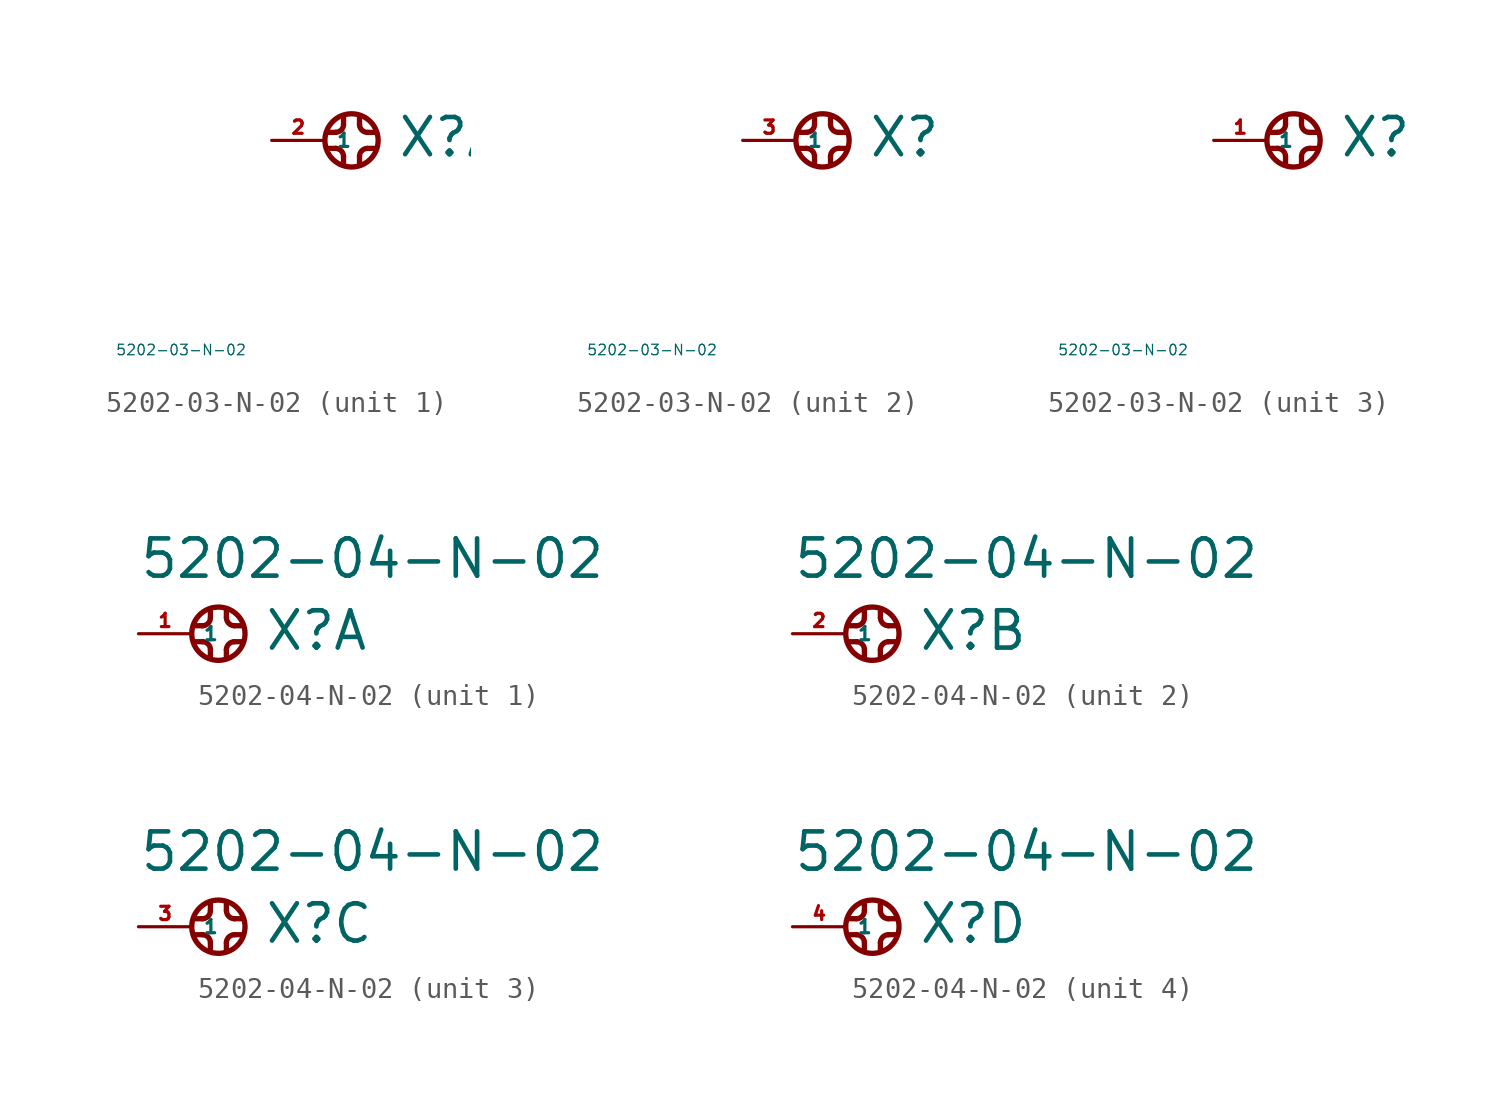
<source format=kicad_sym>
(kicad_symbol_lib
  (version 20220914)
  (generator Eagle2Kicad)
  (symbol "5202-03-N-02"
    (property "Reference" "X"
      (at 3.429 -0.889 0)
      (effects (font (size 1.778 1.778) (thickness 0.22)) (justify left bottom)))
    (property "Value" "5202-03-N-02"
      (at -10 -10 0)
      (effects (font (size 0.5 0.5) (thickness 0.06)) (justify left)))
    (symbol "5202-03-N-02_1_0"
      (polyline (pts (xy 0.889 1.143) (xy 0.889 0.762)) (stroke (width 0.254) (type default)) (fill (type none)))
      (arc (start 0.508 0.381) (mid 0.777 0.493) (end 0.889 0.762) (stroke (width 0.254) (type default)) (fill (type none)))
      (polyline (pts (xy 0.508 0.381) (xy 0.127 0.381)) (stroke (width 0.254) (type default)) (fill (type none)))
      (polyline (pts (xy 0.127 -0.381) (xy 0.508 -0.381)) (stroke (width 0.254) (type default)) (fill (type none)))
      (arc (start 0.889 -0.762) (mid 0.777 -0.493) (end 0.508 -0.381) (stroke (width 0.254) (type default)) (fill (type none)))
      (polyline (pts (xy 0.889 -0.762) (xy 0.889 -1.143)) (stroke (width 0.254) (type default)) (fill (type none)))
      (polyline (pts (xy 1.651 -1.143) (xy 1.651 -0.762)) (stroke (width 0.254) (type default)) (fill (type none)))
      (arc (start 2.032 -0.381) (mid 1.763 -0.493) (end 1.651 -0.762) (stroke (width 0.254) (type default)) (fill (type none)))
      (polyline (pts (xy 2.032 -0.381) (xy 2.413 -0.381)) (stroke (width 0.254) (type default)) (fill (type none)))
      (polyline (pts (xy 2.413 0.381) (xy 2.032 0.381)) (stroke (width 0.254) (type default)) (fill (type none)))
      (arc (start 1.651 0.762) (mid 1.763 0.493) (end 2.032 0.381) (stroke (width 0.254) (type default)) (fill (type none)))
      (polyline (pts (xy 1.651 0.762) (xy 1.651 1.143)) (stroke (width 0.254) (type default)) (fill (type none)))
      (circle (center 1.27 0) (radius 1.27) (stroke (width 0.254) (type default)) (fill (type none)))
      (pin passive line (at -2.54 0 0) (length 2.54) (name "1" (effects (font (size 0.635 0.635) (thickness 0.08)) (justify left bottom))) (number "2" (effects (font (size 0.635 0.635) (thickness 0.08)) (justify left bottom)))))
    (symbol "5202-03-N-02_2_0"
      (polyline (pts (xy 0.889 1.143) (xy 0.889 0.762)) (stroke (width 0.254) (type default)) (fill (type none)))
      (arc (start 0.508 0.381) (mid 0.777 0.493) (end 0.889 0.762) (stroke (width 0.254) (type default)) (fill (type none)))
      (polyline (pts (xy 0.508 0.381) (xy 0.127 0.381)) (stroke (width 0.254) (type default)) (fill (type none)))
      (polyline (pts (xy 0.127 -0.381) (xy 0.508 -0.381)) (stroke (width 0.254) (type default)) (fill (type none)))
      (arc (start 0.889 -0.762) (mid 0.777 -0.493) (end 0.508 -0.381) (stroke (width 0.254) (type default)) (fill (type none)))
      (polyline (pts (xy 0.889 -0.762) (xy 0.889 -1.143)) (stroke (width 0.254) (type default)) (fill (type none)))
      (polyline (pts (xy 1.651 -1.143) (xy 1.651 -0.762)) (stroke (width 0.254) (type default)) (fill (type none)))
      (arc (start 2.032 -0.381) (mid 1.763 -0.493) (end 1.651 -0.762) (stroke (width 0.254) (type default)) (fill (type none)))
      (polyline (pts (xy 2.032 -0.381) (xy 2.413 -0.381)) (stroke (width 0.254) (type default)) (fill (type none)))
      (polyline (pts (xy 2.413 0.381) (xy 2.032 0.381)) (stroke (width 0.254) (type default)) (fill (type none)))
      (arc (start 1.651 0.762) (mid 1.763 0.493) (end 2.032 0.381) (stroke (width 0.254) (type default)) (fill (type none)))
      (polyline (pts (xy 1.651 0.762) (xy 1.651 1.143)) (stroke (width 0.254) (type default)) (fill (type none)))
      (circle (center 1.27 0) (radius 1.27) (stroke (width 0.254) (type default)) (fill (type none)))
      (pin passive line (at -2.54 0 0) (length 2.54) (name "1" (effects (font (size 0.635 0.635) (thickness 0.08)) (justify left bottom))) (number "3" (effects (font (size 0.635 0.635) (thickness 0.08)) (justify left bottom)))))
    (symbol "5202-03-N-02_3_0"
      (polyline (pts (xy 0.889 1.143) (xy 0.889 0.762)) (stroke (width 0.254) (type default)) (fill (type none)))
      (arc (start 0.508 0.381) (mid 0.777 0.493) (end 0.889 0.762) (stroke (width 0.254) (type default)) (fill (type none)))
      (polyline (pts (xy 0.508 0.381) (xy 0.127 0.381)) (stroke (width 0.254) (type default)) (fill (type none)))
      (polyline (pts (xy 0.127 -0.381) (xy 0.508 -0.381)) (stroke (width 0.254) (type default)) (fill (type none)))
      (arc (start 0.889 -0.762) (mid 0.777 -0.493) (end 0.508 -0.381) (stroke (width 0.254) (type default)) (fill (type none)))
      (polyline (pts (xy 0.889 -0.762) (xy 0.889 -1.143)) (stroke (width 0.254) (type default)) (fill (type none)))
      (polyline (pts (xy 1.651 -1.143) (xy 1.651 -0.762)) (stroke (width 0.254) (type default)) (fill (type none)))
      (arc (start 2.032 -0.381) (mid 1.763 -0.493) (end 1.651 -0.762) (stroke (width 0.254) (type default)) (fill (type none)))
      (polyline (pts (xy 2.032 -0.381) (xy 2.413 -0.381)) (stroke (width 0.254) (type default)) (fill (type none)))
      (polyline (pts (xy 2.413 0.381) (xy 2.032 0.381)) (stroke (width 0.254) (type default)) (fill (type none)))
      (arc (start 1.651 0.762) (mid 1.763 0.493) (end 2.032 0.381) (stroke (width 0.254) (type default)) (fill (type none)))
      (polyline (pts (xy 1.651 0.762) (xy 1.651 1.143)) (stroke (width 0.254) (type default)) (fill (type none)))
      (circle (center 1.27 0) (radius 1.27) (stroke (width 0.254) (type default)) (fill (type none)))
      (pin passive line (at -2.54 0 0) (length 2.54) (name "1" (effects (font (size 0.635 0.635) (thickness 0.08)) (justify left bottom))) (number "1" (effects (font (size 0.635 0.635) (thickness 0.08)) (justify left bottom))))))
  (symbol "5202-04-N-02"
    (property "Reference" "X"
      (at 3.429 -0.889 0)
      (effects (font (size 1.778 1.778) (thickness 0.22)) (justify left bottom)))
    (property "Value" "5202-04-N-02"
      (at -2.54 2.54 0)
      (effects (font (size 1.778 1.778) (thickness 0.22)) (justify left bottom)))
    (symbol "5202-04-N-02_1_0"
      (polyline (pts (xy 0.889 1.143) (xy 0.889 0.762)) (stroke (width 0.254) (type default)) (fill (type none)))
      (arc (start 0.508 0.381) (mid 0.777 0.493) (end 0.889 0.762) (stroke (width 0.254) (type default)) (fill (type none)))
      (polyline (pts (xy 0.508 0.381) (xy 0.127 0.381)) (stroke (width 0.254) (type default)) (fill (type none)))
      (polyline (pts (xy 0.127 -0.381) (xy 0.508 -0.381)) (stroke (width 0.254) (type default)) (fill (type none)))
      (arc (start 0.889 -0.762) (mid 0.777 -0.493) (end 0.508 -0.381) (stroke (width 0.254) (type default)) (fill (type none)))
      (polyline (pts (xy 0.889 -0.762) (xy 0.889 -1.143)) (stroke (width 0.254) (type default)) (fill (type none)))
      (polyline (pts (xy 1.651 -1.143) (xy 1.651 -0.762)) (stroke (width 0.254) (type default)) (fill (type none)))
      (arc (start 2.032 -0.381) (mid 1.763 -0.493) (end 1.651 -0.762) (stroke (width 0.254) (type default)) (fill (type none)))
      (polyline (pts (xy 2.032 -0.381) (xy 2.413 -0.381)) (stroke (width 0.254) (type default)) (fill (type none)))
      (polyline (pts (xy 2.413 0.381) (xy 2.032 0.381)) (stroke (width 0.254) (type default)) (fill (type none)))
      (arc (start 1.651 0.762) (mid 1.763 0.493) (end 2.032 0.381) (stroke (width 0.254) (type default)) (fill (type none)))
      (polyline (pts (xy 1.651 0.762) (xy 1.651 1.143)) (stroke (width 0.254) (type default)) (fill (type none)))
      (circle (center 1.27 0) (radius 1.27) (stroke (width 0.254) (type default)) (fill (type none)))
      (pin passive line (at -2.54 0 0) (length 2.54) (name "1" (effects (font (size 0.635 0.635) (thickness 0.08)) (justify left bottom))) (number "1" (effects (font (size 0.635 0.635) (thickness 0.08)) (justify left bottom)))))
    (symbol "5202-04-N-02_2_0"
      (polyline (pts (xy 0.889 1.143) (xy 0.889 0.762)) (stroke (width 0.254) (type default)) (fill (type none)))
      (arc (start 0.508 0.381) (mid 0.777 0.493) (end 0.889 0.762) (stroke (width 0.254) (type default)) (fill (type none)))
      (polyline (pts (xy 0.508 0.381) (xy 0.127 0.381)) (stroke (width 0.254) (type default)) (fill (type none)))
      (polyline (pts (xy 0.127 -0.381) (xy 0.508 -0.381)) (stroke (width 0.254) (type default)) (fill (type none)))
      (arc (start 0.889 -0.762) (mid 0.777 -0.493) (end 0.508 -0.381) (stroke (width 0.254) (type default)) (fill (type none)))
      (polyline (pts (xy 0.889 -0.762) (xy 0.889 -1.143)) (stroke (width 0.254) (type default)) (fill (type none)))
      (polyline (pts (xy 1.651 -1.143) (xy 1.651 -0.762)) (stroke (width 0.254) (type default)) (fill (type none)))
      (arc (start 2.032 -0.381) (mid 1.763 -0.493) (end 1.651 -0.762) (stroke (width 0.254) (type default)) (fill (type none)))
      (polyline (pts (xy 2.032 -0.381) (xy 2.413 -0.381)) (stroke (width 0.254) (type default)) (fill (type none)))
      (polyline (pts (xy 2.413 0.381) (xy 2.032 0.381)) (stroke (width 0.254) (type default)) (fill (type none)))
      (arc (start 1.651 0.762) (mid 1.763 0.493) (end 2.032 0.381) (stroke (width 0.254) (type default)) (fill (type none)))
      (polyline (pts (xy 1.651 0.762) (xy 1.651 1.143)) (stroke (width 0.254) (type default)) (fill (type none)))
      (circle (center 1.27 0) (radius 1.27) (stroke (width 0.254) (type default)) (fill (type none)))
      (pin passive line (at -2.54 0 0) (length 2.54) (name "1" (effects (font (size 0.635 0.635) (thickness 0.08)) (justify left bottom))) (number "2" (effects (font (size 0.635 0.635) (thickness 0.08)) (justify left bottom)))))
    (symbol "5202-04-N-02_3_0"
      (polyline (pts (xy 0.889 1.143) (xy 0.889 0.762)) (stroke (width 0.254) (type default)) (fill (type none)))
      (arc (start 0.508 0.381) (mid 0.777 0.493) (end 0.889 0.762) (stroke (width 0.254) (type default)) (fill (type none)))
      (polyline (pts (xy 0.508 0.381) (xy 0.127 0.381)) (stroke (width 0.254) (type default)) (fill (type none)))
      (polyline (pts (xy 0.127 -0.381) (xy 0.508 -0.381)) (stroke (width 0.254) (type default)) (fill (type none)))
      (arc (start 0.889 -0.762) (mid 0.777 -0.493) (end 0.508 -0.381) (stroke (width 0.254) (type default)) (fill (type none)))
      (polyline (pts (xy 0.889 -0.762) (xy 0.889 -1.143)) (stroke (width 0.254) (type default)) (fill (type none)))
      (polyline (pts (xy 1.651 -1.143) (xy 1.651 -0.762)) (stroke (width 0.254) (type default)) (fill (type none)))
      (arc (start 2.032 -0.381) (mid 1.763 -0.493) (end 1.651 -0.762) (stroke (width 0.254) (type default)) (fill (type none)))
      (polyline (pts (xy 2.032 -0.381) (xy 2.413 -0.381)) (stroke (width 0.254) (type default)) (fill (type none)))
      (polyline (pts (xy 2.413 0.381) (xy 2.032 0.381)) (stroke (width 0.254) (type default)) (fill (type none)))
      (arc (start 1.651 0.762) (mid 1.763 0.493) (end 2.032 0.381) (stroke (width 0.254) (type default)) (fill (type none)))
      (polyline (pts (xy 1.651 0.762) (xy 1.651 1.143)) (stroke (width 0.254) (type default)) (fill (type none)))
      (circle (center 1.27 0) (radius 1.27) (stroke (width 0.254) (type default)) (fill (type none)))
      (pin passive line (at -2.54 0 0) (length 2.54) (name "1" (effects (font (size 0.635 0.635) (thickness 0.08)) (justify left bottom))) (number "3" (effects (font (size 0.635 0.635) (thickness 0.08)) (justify left bottom)))))
    (symbol "5202-04-N-02_4_0"
      (polyline (pts (xy 0.889 1.143) (xy 0.889 0.762)) (stroke (width 0.254) (type default)) (fill (type none)))
      (arc (start 0.508 0.381) (mid 0.777 0.493) (end 0.889 0.762) (stroke (width 0.254) (type default)) (fill (type none)))
      (polyline (pts (xy 0.508 0.381) (xy 0.127 0.381)) (stroke (width 0.254) (type default)) (fill (type none)))
      (polyline (pts (xy 0.127 -0.381) (xy 0.508 -0.381)) (stroke (width 0.254) (type default)) (fill (type none)))
      (arc (start 0.889 -0.762) (mid 0.777 -0.493) (end 0.508 -0.381) (stroke (width 0.254) (type default)) (fill (type none)))
      (polyline (pts (xy 0.889 -0.762) (xy 0.889 -1.143)) (stroke (width 0.254) (type default)) (fill (type none)))
      (polyline (pts (xy 1.651 -1.143) (xy 1.651 -0.762)) (stroke (width 0.254) (type default)) (fill (type none)))
      (arc (start 2.032 -0.381) (mid 1.763 -0.493) (end 1.651 -0.762) (stroke (width 0.254) (type default)) (fill (type none)))
      (polyline (pts (xy 2.032 -0.381) (xy 2.413 -0.381)) (stroke (width 0.254) (type default)) (fill (type none)))
      (polyline (pts (xy 2.413 0.381) (xy 2.032 0.381)) (stroke (width 0.254) (type default)) (fill (type none)))
      (arc (start 1.651 0.762) (mid 1.763 0.493) (end 2.032 0.381) (stroke (width 0.254) (type default)) (fill (type none)))
      (polyline (pts (xy 1.651 0.762) (xy 1.651 1.143)) (stroke (width 0.254) (type default)) (fill (type none)))
      (circle (center 1.27 0) (radius 1.27) (stroke (width 0.254) (type default)) (fill (type none)))
      (pin passive line (at -2.54 0 0) (length 2.54) (name "1" (effects (font (size 0.635 0.635) (thickness 0.08)) (justify left bottom))) (number "4" (effects (font (size 0.635 0.635) (thickness 0.08)) (justify left bottom)))))))
</source>
